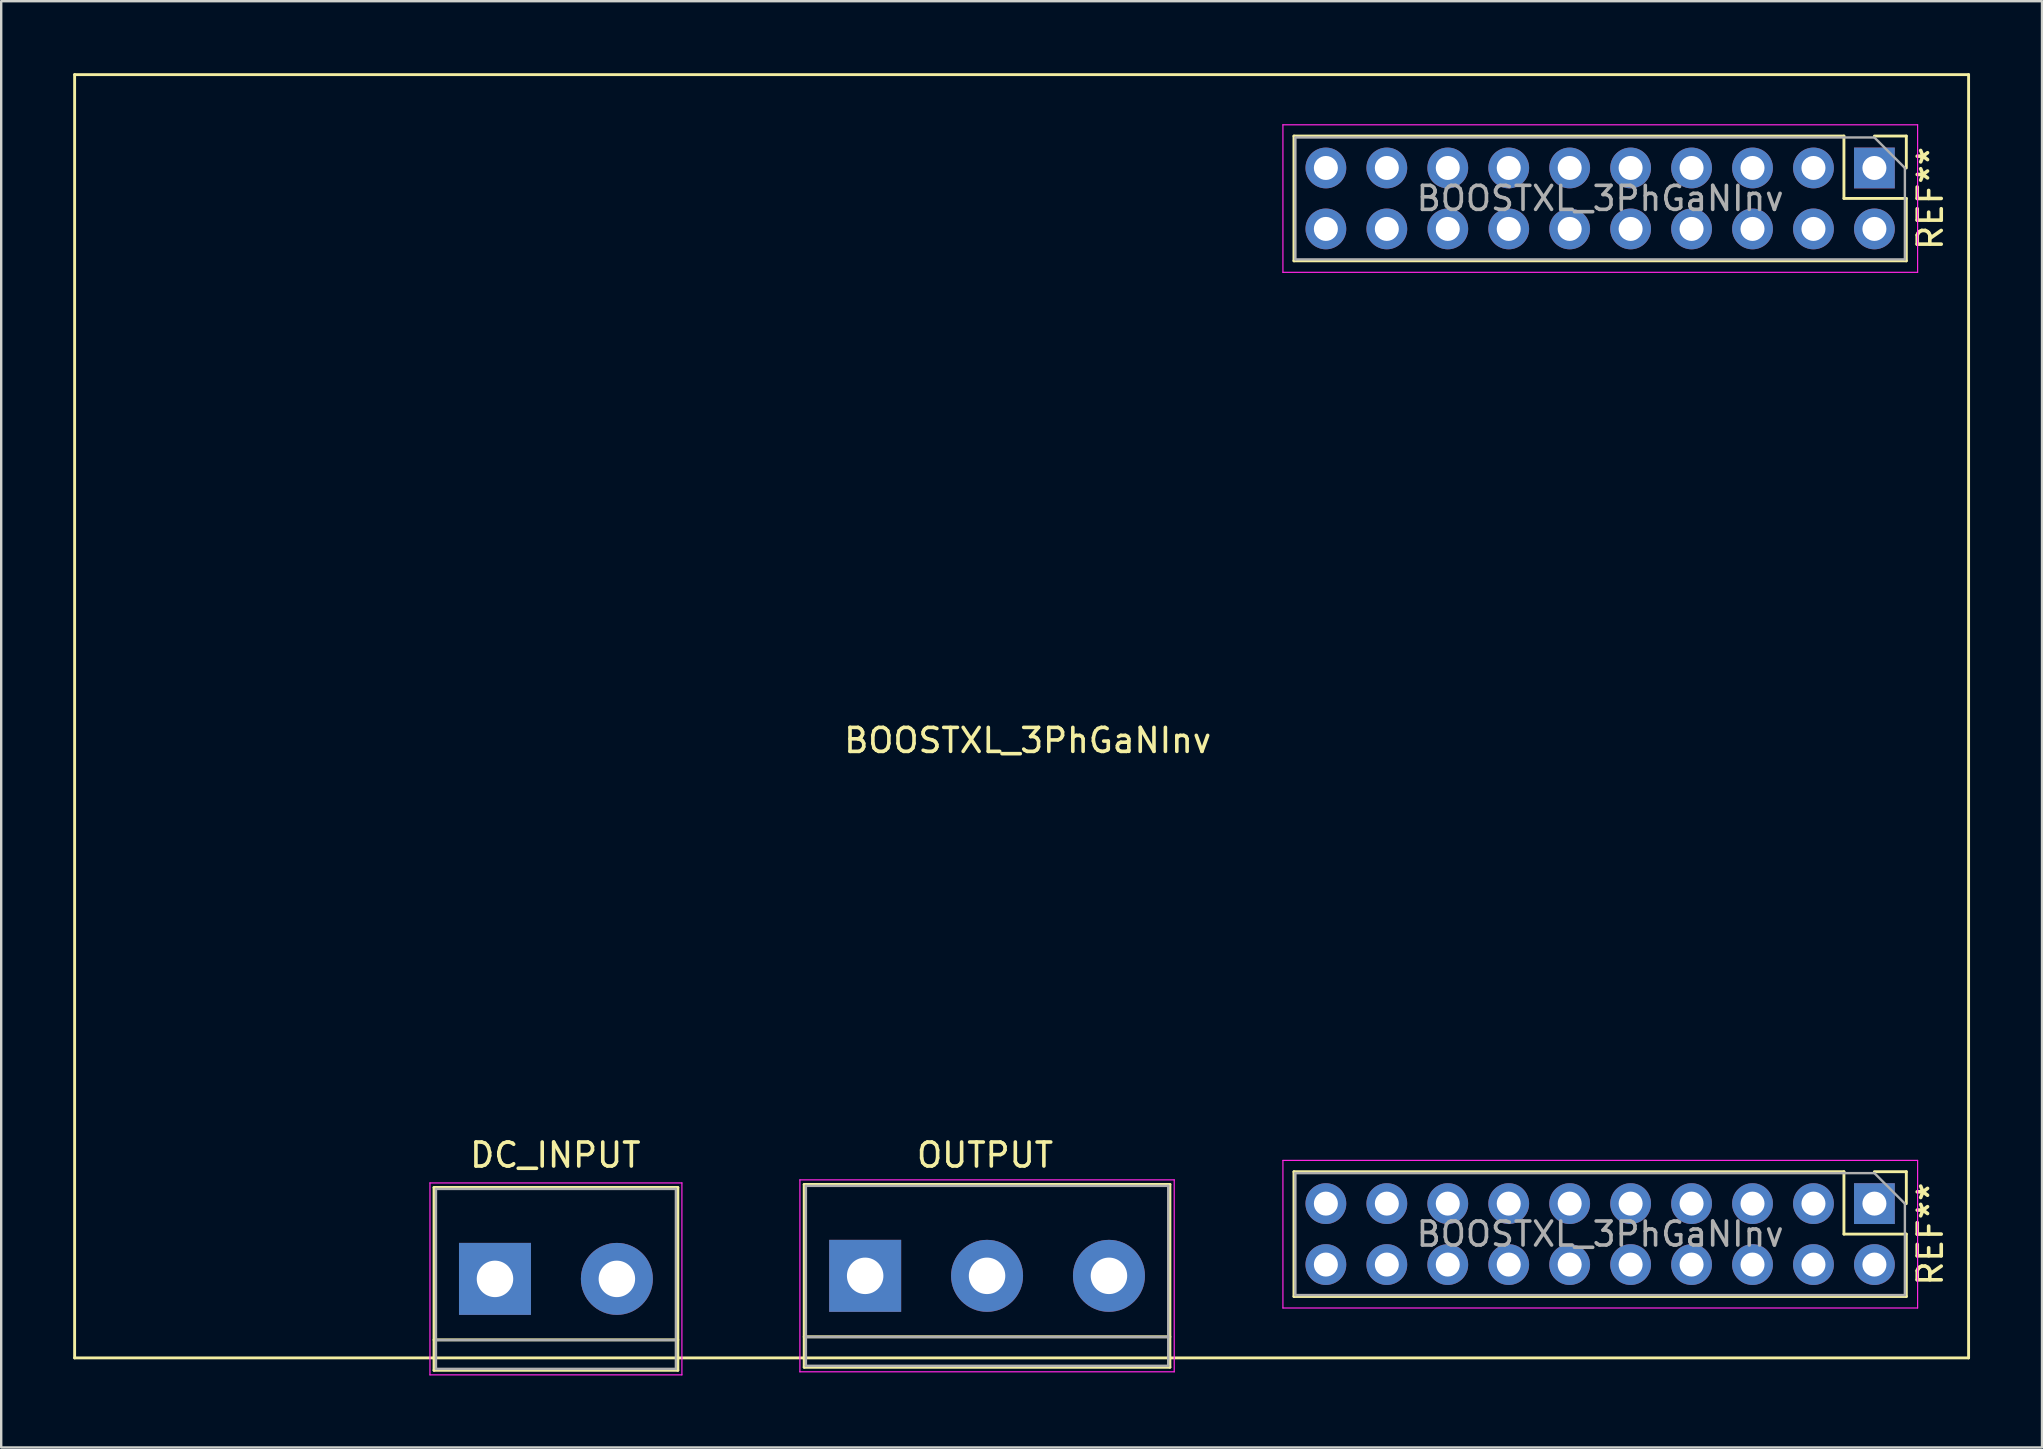
<source format=kicad_pcb>
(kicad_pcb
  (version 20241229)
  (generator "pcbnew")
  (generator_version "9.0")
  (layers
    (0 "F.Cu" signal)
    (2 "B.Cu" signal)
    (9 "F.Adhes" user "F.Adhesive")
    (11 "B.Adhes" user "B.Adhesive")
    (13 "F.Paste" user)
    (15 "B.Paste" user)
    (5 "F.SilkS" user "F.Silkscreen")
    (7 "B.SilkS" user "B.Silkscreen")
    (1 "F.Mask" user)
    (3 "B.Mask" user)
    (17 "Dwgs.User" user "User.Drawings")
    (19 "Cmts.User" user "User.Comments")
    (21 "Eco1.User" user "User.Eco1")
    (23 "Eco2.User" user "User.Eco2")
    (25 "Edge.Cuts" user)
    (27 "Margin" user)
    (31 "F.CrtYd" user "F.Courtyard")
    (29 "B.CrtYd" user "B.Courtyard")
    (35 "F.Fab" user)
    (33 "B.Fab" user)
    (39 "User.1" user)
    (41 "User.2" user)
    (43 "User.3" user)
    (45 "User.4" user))
  (footprint "BOOSTXL_3PhGaNInv"
    (layer "F.Cu")
    (at 39.525 26.8)
    (property "Reference" "BOOSTXL_3PhGaNInv" (at 0.254 1.008 0) (layer "F.SilkS") (effects (font (size 1 1) (thickness 0.15))))
    (attr through_hole)
    (fp_line (start -39.465 -26.74) (end -39.465 26.74) (stroke (width 0.12) (type solid)) (layer "F.SilkS"))
    (fp_line (start -39.465 -26.74) (end 39.465 -26.74) (stroke (width 0.12) (type solid)) (layer "F.SilkS"))
    (fp_line (start -39.465 26.74) (end 39.465 26.74) (stroke (width 0.12) (type solid)) (layer "F.SilkS"))
    (fp_line (start -24.487 19.637) (end -24.487 27.257) (stroke (width 0.12) (type solid)) (layer "F.SilkS"))
    (fp_line (start -24.487 27.257) (end -14.327 27.257) (stroke (width 0.12) (type solid)) (layer "F.SilkS"))
    (fp_line (start -14.327 19.637) (end -24.487 19.637) (stroke (width 0.12) (type solid)) (layer "F.SilkS"))
    (fp_line (start -14.327 25.987) (end -24.487 25.987) (stroke (width 0.12) (type solid)) (layer "F.SilkS"))
    (fp_line (start -14.327 27.257) (end -14.327 19.637) (stroke (width 0.12) (type solid)) (layer "F.SilkS"))
    (fp_line (start -9.06 19.51) (end 6.18 19.51) (stroke (width 0.12) (type solid)) (layer "F.SilkS"))
    (fp_line (start -9.06 25.86) (end 6.18 25.86) (stroke (width 0.12) (type solid)) (layer "F.SilkS"))
    (fp_line (start -9.06 27.13) (end -9.06 19.51) (stroke (width 0.12) (type solid)) (layer "F.SilkS"))
    (fp_line (start -9.06 27.13) (end 6.18 27.13) (stroke (width 0.12) (type solid)) (layer "F.SilkS"))
    (fp_line (start 6.18 27.13) (end 6.18 19.51) (stroke (width 0.12) (type solid)) (layer "F.SilkS"))
    (fp_line (start 11.35 -24.18) (end 11.35 -18.98) (stroke (width 0.12) (type solid)) (layer "F.SilkS"))
    (fp_line (start 11.35 18.98) (end 11.35 24.18) (stroke (width 0.12) (type solid)) (layer "F.SilkS"))
    (fp_line (start 34.27 -24.18) (end 11.35 -24.18) (stroke (width 0.12) (type solid)) (layer "F.SilkS"))
    (fp_line (start 34.27 -24.18) (end 34.27 -21.58) (stroke (width 0.12) (type solid)) (layer "F.SilkS"))
    (fp_line (start 34.27 -21.58) (end 36.87 -21.58) (stroke (width 0.12) (type solid)) (layer "F.SilkS"))
    (fp_line (start 34.27 18.98) (end 11.35 18.98) (stroke (width 0.12) (type solid)) (layer "F.SilkS"))
    (fp_line (start 34.27 18.98) (end 34.27 21.58) (stroke (width 0.12) (type solid)) (layer "F.SilkS"))
    (fp_line (start 34.27 21.58) (end 36.87 21.58) (stroke (width 0.12) (type solid)) (layer "F.SilkS"))
    (fp_line (start 35.54 -24.18) (end 36.87 -24.18) (stroke (width 0.12) (type solid)) (layer "F.SilkS"))
    (fp_line (start 35.54 18.98) (end 36.87 18.98) (stroke (width 0.12) (type solid)) (layer "F.SilkS"))
    (fp_line (start 36.87 -24.18) (end 36.87 -22.85) (stroke (width 0.12) (type solid)) (layer "F.SilkS"))
    (fp_line (start 36.87 -21.58) (end 36.87 -18.98) (stroke (width 0.12) (type solid)) (layer "F.SilkS"))
    (fp_line (start 36.87 -18.98) (end 11.35 -18.98) (stroke (width 0.12) (type solid)) (layer "F.SilkS"))
    (fp_line (start 36.87 18.98) (end 36.87 20.31) (stroke (width 0.12) (type solid)) (layer "F.SilkS"))
    (fp_line (start 36.87 21.58) (end 36.87 24.18) (stroke (width 0.12) (type solid)) (layer "F.SilkS"))
    (fp_line (start 36.87 24.18) (end 11.35 24.18) (stroke (width 0.12) (type solid)) (layer "F.SilkS"))
    (fp_line (start 39.465 -26.74) (end 39.465 26.74) (stroke (width 0.12) (type solid)) (layer "F.SilkS"))
    (fp_line (start -24.657 19.447) (end -24.657 27.447) (stroke (width 0.05) (type solid)) (layer "F.CrtYd"))
    (fp_line (start -24.657 19.447) (end -14.157 19.447) (stroke (width 0.05) (type solid)) (layer "F.CrtYd"))
    (fp_line (start -14.157 27.447) (end -24.657 27.447) (stroke (width 0.05) (type solid)) (layer "F.CrtYd"))
    (fp_line (start -14.157 27.447) (end -14.157 19.447) (stroke (width 0.05) (type solid)) (layer "F.CrtYd"))
    (fp_line (start -9.24 19.32) (end -9.24 27.32) (stroke (width 0.05) (type solid)) (layer "F.CrtYd"))
    (fp_line (start -9.24 19.32) (end 6.36 19.32) (stroke (width 0.05) (type solid)) (layer "F.CrtYd"))
    (fp_line (start 6.36 27.32) (end -9.24 27.32) (stroke (width 0.05) (type solid)) (layer "F.CrtYd"))
    (fp_line (start 6.36 27.32) (end 6.36 19.32) (stroke (width 0.05) (type solid)) (layer "F.CrtYd"))
    (fp_line (start 10.89 -24.65) (end 10.89 -18.5) (stroke (width 0.05) (type solid)) (layer "F.CrtYd"))
    (fp_line (start 10.89 -18.5) (end 37.34 -18.5) (stroke (width 0.05) (type solid)) (layer "F.CrtYd"))
    (fp_line (start 10.89 18.51) (end 10.89 24.66) (stroke (width 0.05) (type solid)) (layer "F.CrtYd"))
    (fp_line (start 10.89 24.66) (end 37.34 24.66) (stroke (width 0.05) (type solid)) (layer "F.CrtYd"))
    (fp_line (start 37.34 -24.65) (end 10.89 -24.65) (stroke (width 0.05) (type solid)) (layer "F.CrtYd"))
    (fp_line (start 37.34 -18.5) (end 37.34 -24.65) (stroke (width 0.05) (type solid)) (layer "F.CrtYd"))
    (fp_line (start 37.34 18.51) (end 10.89 18.51) (stroke (width 0.05) (type solid)) (layer "F.CrtYd"))
    (fp_line (start 37.34 24.66) (end 37.34 18.51) (stroke (width 0.05) (type solid)) (layer "F.CrtYd"))
    (fp_line (start -24.407 19.697) (end -24.407 27.197) (stroke (width 0.1) (type solid)) (layer "F.Fab"))
    (fp_line (start -24.407 27.197) (end -14.407 27.197) (stroke (width 0.1) (type solid)) (layer "F.Fab"))
    (fp_line (start -24.357 25.997) (end -14.457 25.997) (stroke (width 0.1) (type solid)) (layer "F.Fab"))
    (fp_line (start -14.407 19.697) (end -24.407 19.697) (stroke (width 0.1) (type solid)) (layer "F.Fab"))
    (fp_line (start -14.407 27.197) (end -14.407 19.697) (stroke (width 0.1) (type solid)) (layer "F.Fab"))
    (fp_line (start -8.99 19.57) (end 6.11 19.57) (stroke (width 0.1) (type solid)) (layer "F.Fab"))
    (fp_line (start -8.99 25.87) (end 6.11 25.87) (stroke (width 0.1) (type solid)) (layer "F.Fab"))
    (fp_line (start -8.99 27.07) (end -8.99 19.57) (stroke (width 0.1) (type solid)) (layer "F.Fab"))
    (fp_line (start 6.11 19.57) (end 6.11 27.07) (stroke (width 0.1) (type solid)) (layer "F.Fab"))
    (fp_line (start 6.11 27.07) (end -8.99 27.07) (stroke (width 0.1) (type solid)) (layer "F.Fab"))
    (fp_line (start 11.41 -24.12) (end 35.54 -24.12) (stroke (width 0.1) (type solid)) (layer "F.Fab"))
    (fp_line (start 11.41 -19.04) (end 11.41 -24.12) (stroke (width 0.1) (type solid)) (layer "F.Fab"))
    (fp_line (start 11.41 19.04) (end 35.54 19.04) (stroke (width 0.1) (type solid)) (layer "F.Fab"))
    (fp_line (start 11.41 24.12) (end 11.41 19.04) (stroke (width 0.1) (type solid)) (layer "F.Fab"))
    (fp_line (start 35.54 -24.12) (end 36.81 -22.85) (stroke (width 0.1) (type solid)) (layer "F.Fab"))
    (fp_line (start 35.54 19.04) (end 36.81 20.31) (stroke (width 0.1) (type solid)) (layer "F.Fab"))
    (fp_line (start 36.81 -22.85) (end 36.81 -19.04) (stroke (width 0.1) (type solid)) (layer "F.Fab"))
    (fp_line (start 36.81 -19.04) (end 11.41 -19.04) (stroke (width 0.1) (type solid)) (layer "F.Fab"))
    (fp_line (start 36.81 20.31) (end 36.81 24.12) (stroke (width 0.1) (type solid)) (layer "F.Fab"))
    (fp_line (start 36.81 24.12) (end 11.41 24.12) (stroke (width 0.1) (type solid)) (layer "F.Fab"))
    (fp_text user "REF**" (at 37.87 21.58 270) (layer "F.SilkS") (effects (font (size 1 1) (thickness 0.15))))
    (fp_text user "REF**" (at 37.87 -21.58 270) (layer "F.SilkS") (effects (font (size 1 1) (thickness 0.15))))
    (fp_text user "DC_INPUT" (at -19.431 18.288 0) (layer "F.SilkS") (effects (font (size 1 1) (thickness 0.15))))
    (fp_text user "OUTPUT" (at -1.524 18.288 0) (layer "F.SilkS") (effects (font (size 1 1) (thickness 0.15))))
    (fp_text user "${REFERENCE}" (at 24.11 -21.58 0) (layer "F.Fab") (effects (font (size 1 1) (thickness 0.15))))
    (fp_text user "${REFERENCE}" (at 24.11 21.58 0) (layer "F.Fab") (effects (font (size 1 1) (thickness 0.15))))
    (pad "1" thru_hole rect (at 35.54 -22.85 270) (size 1.7 1.7) (drill 1) (layers "*.Cu" "*.Mask"))
    (pad "2" thru_hole oval (at 33 -22.85 180) (size 1.7 1.7) (drill 1) (layers "*.Cu" "*.Mask"))
    (pad "3" thru_hole oval (at 30.46 -22.85 270) (size 1.7 1.7) (drill 1) (layers "*.Cu" "*.Mask"))
    (pad "4" thru_hole oval (at 27.92 -22.85 270) (size 1.7 1.7) (drill 1) (layers "*.Cu" "*.Mask"))
    (pad "5" thru_hole oval (at 25.38 -22.85 270) (size 1.7 1.7) (drill 1) (layers "*.Cu" "*.Mask"))
    (pad "6" thru_hole oval (at 22.84 -22.85 270) (size 1.7 1.7) (drill 1) (layers "*.Cu" "*.Mask"))
    (pad "7" thru_hole oval (at 20.3 -22.85 270) (size 1.7 1.7) (drill 1) (layers "*.Cu" "*.Mask"))
    (pad "8" thru_hole oval (at 17.76 -22.85 270) (size 1.7 1.7) (drill 1) (layers "*.Cu" "*.Mask"))
    (pad "9" thru_hole oval (at 15.22 -22.85 270) (size 1.7 1.7) (drill 1) (layers "*.Cu" "*.Mask"))
    (pad "10" thru_hole oval (at 12.68 -22.85 270) (size 1.7 1.7) (drill 1) (layers "*.Cu" "*.Mask"))
    (pad "11" thru_hole oval (at 35.54 -20.31 270) (size 1.7 1.7) (drill 1) (layers "*.Cu" "*.Mask"))
    (pad "12" thru_hole oval (at 33 -20.31 270) (size 1.7 1.7) (drill 1) (layers "*.Cu" "*.Mask"))
    (pad "13" thru_hole oval (at 30.46 -20.31 270) (size 1.7 1.7) (drill 1) (layers "*.Cu" "*.Mask"))
    (pad "14" thru_hole oval (at 27.92 -20.31 270) (size 1.7 1.7) (drill 1) (layers "*.Cu" "*.Mask"))
    (pad "15" thru_hole oval (at 25.38 -20.31 270) (size 1.7 1.7) (drill 1) (layers "*.Cu" "*.Mask"))
    (pad "16" thru_hole oval (at 22.84 -20.31 270) (size 1.7 1.7) (drill 1) (layers "*.Cu" "*.Mask"))
    (pad "17" thru_hole oval (at 20.3 -20.31 270) (size 1.7 1.7) (drill 1) (layers "*.Cu" "*.Mask"))
    (pad "18" thru_hole oval (at 17.76 -20.31 270) (size 1.7 1.7) (drill 1) (layers "*.Cu" "*.Mask"))
    (pad "19" thru_hole oval (at 15.22 -20.31 270) (size 1.7 1.7) (drill 1) (layers "*.Cu" "*.Mask"))
    (pad "20" thru_hole oval (at 12.68 -20.31 270) (size 1.7 1.7) (drill 1) (layers "*.Cu" "*.Mask"))
    (pad "21" thru_hole rect (at 35.54 20.31 270) (size 1.7 1.7) (drill 1) (layers "*.Cu" "*.Mask"))
    (pad "22" thru_hole oval (at 33 20.31 270) (size 1.7 1.7) (drill 1) (layers "*.Cu" "*.Mask"))
    (pad "23" thru_hole oval (at 30.46 20.31 270) (size 1.7 1.7) (drill 1) (layers "*.Cu" "*.Mask"))
    (pad "24" thru_hole oval (at 27.92 20.31 270) (size 1.7 1.7) (drill 1) (layers "*.Cu" "*.Mask"))
    (pad "25" thru_hole oval (at 25.38 20.31 270) (size 1.7 1.7) (drill 1) (layers "*.Cu" "*.Mask"))
    (pad "26" thru_hole oval (at 22.84 20.31 270) (size 1.7 1.7) (drill 1) (layers "*.Cu" "*.Mask"))
    (pad "27" thru_hole oval (at 20.3 20.31 270) (size 1.7 1.7) (drill 1) (layers "*.Cu" "*.Mask"))
    (pad "28" thru_hole oval (at 17.76 20.31 270) (size 1.7 1.7) (drill 1) (layers "*.Cu" "*.Mask"))
    (pad "29" thru_hole oval (at 15.22 20.31) (size 1.7 1.7) (drill 1) (layers "*.Cu" "*.Mask"))
    (pad "30" thru_hole oval (at 12.68 20.31 90) (size 1.7 1.7) (drill 1) (layers "*.Cu" "*.Mask"))
    (pad "31" thru_hole oval (at 35.54 22.85 270) (size 1.7 1.7) (drill 1) (layers "*.Cu" "*.Mask"))
    (pad "32" thru_hole oval (at 33 22.85 270) (size 1.7 1.7) (drill 1) (layers "*.Cu" "*.Mask"))
    (pad "33" thru_hole oval (at 30.46 22.85 270) (size 1.7 1.7) (drill 1) (layers "*.Cu" "*.Mask"))
    (pad "34" thru_hole oval (at 27.92 22.85 270) (size 1.7 1.7) (drill 1) (layers "*.Cu" "*.Mask"))
    (pad "35" thru_hole oval (at 25.38 22.85 270) (size 1.7 1.7) (drill 1) (layers "*.Cu" "*.Mask"))
    (pad "36" thru_hole oval (at 22.84 22.85 270) (size 1.7 1.7) (drill 1) (layers "*.Cu" "*.Mask"))
    (pad "37" thru_hole oval (at 20.3 22.85) (size 1.7 1.7) (drill 1) (layers "*.Cu" "*.Mask"))
    (pad "38" thru_hole oval (at 17.76 22.85 90) (size 1.7 1.7) (drill 1) (layers "*.Cu" "*.Mask"))
    (pad "39" thru_hole oval (at 15.22 22.85 270) (size 1.7 1.7) (drill 1) (layers "*.Cu" "*.Mask"))
    (pad "40" thru_hole oval (at 12.68 22.85 270) (size 1.7 1.7) (drill 1) (layers "*.Cu" "*.Mask"))
    (pad "41" thru_hole rect (at -21.947 23.447) (size 3 3) (drill 1.52) (layers "*.Cu" "*.Mask"))
    (pad "42" thru_hole circle (at -16.867 23.447) (size 3 3) (drill 1.52) (layers "*.Cu" "*.Mask"))
    (pad "43" thru_hole rect (at -6.52 23.32) (size 3 3) (drill 1.52) (layers "*.Cu" "*.Mask"))
    (pad "44" thru_hole circle (at -1.44 23.32) (size 3 3) (drill 1.52) (layers "*.Cu" "*.Mask"))
    (pad "45" thru_hole circle (at 3.64 23.32) (size 3 3) (drill 1.52) (layers "*.Cu" "*.Mask")))
  (gr_rect
    (start -3 -3)
    (end 82.05 57.272)
    (stroke (width 0.1) (type default))
    (fill no)
    (layer "Edge.Cuts")))
</source>
